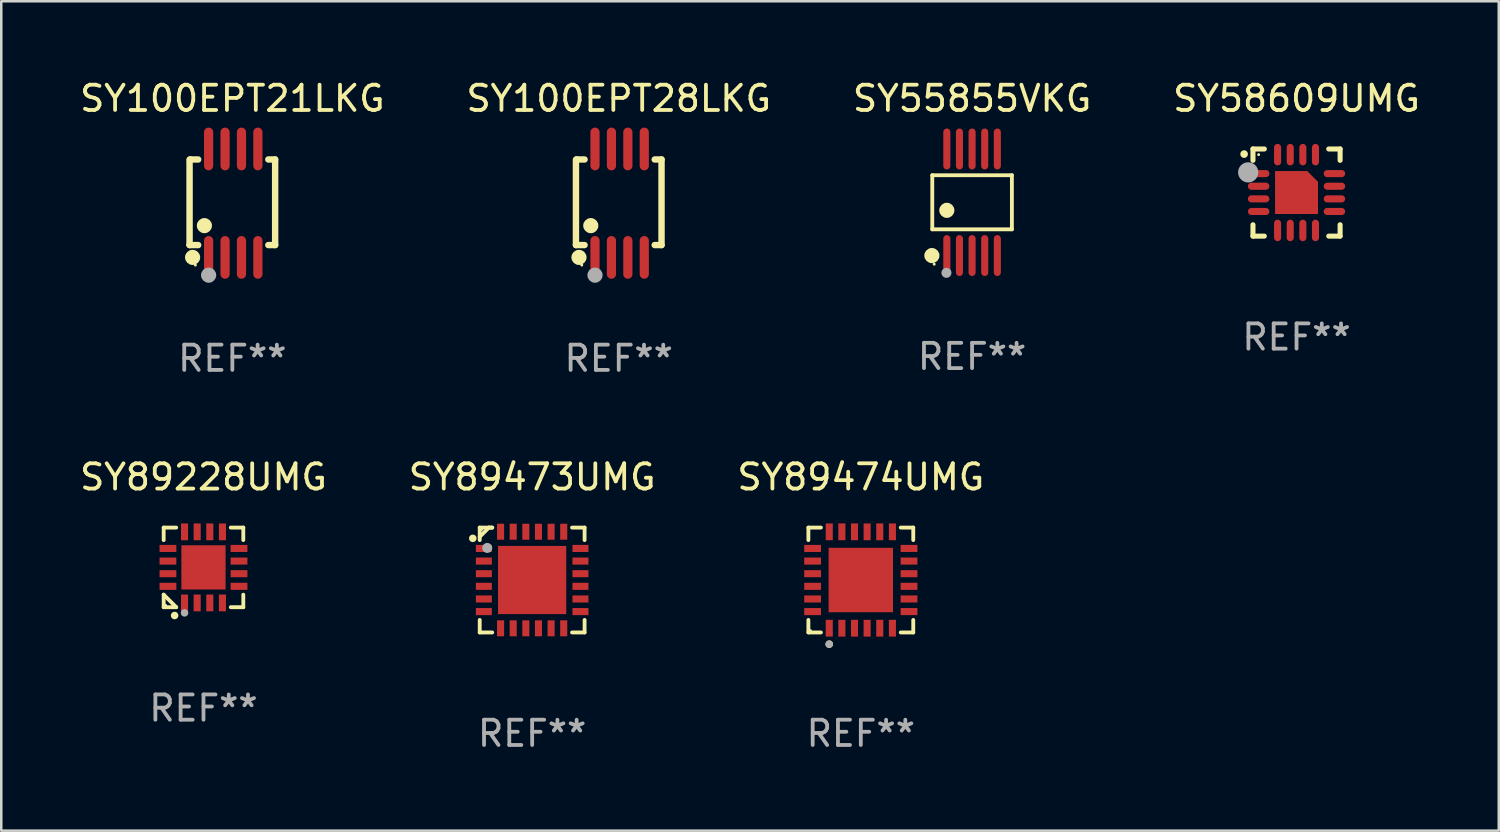
<source format=kicad_pcb>
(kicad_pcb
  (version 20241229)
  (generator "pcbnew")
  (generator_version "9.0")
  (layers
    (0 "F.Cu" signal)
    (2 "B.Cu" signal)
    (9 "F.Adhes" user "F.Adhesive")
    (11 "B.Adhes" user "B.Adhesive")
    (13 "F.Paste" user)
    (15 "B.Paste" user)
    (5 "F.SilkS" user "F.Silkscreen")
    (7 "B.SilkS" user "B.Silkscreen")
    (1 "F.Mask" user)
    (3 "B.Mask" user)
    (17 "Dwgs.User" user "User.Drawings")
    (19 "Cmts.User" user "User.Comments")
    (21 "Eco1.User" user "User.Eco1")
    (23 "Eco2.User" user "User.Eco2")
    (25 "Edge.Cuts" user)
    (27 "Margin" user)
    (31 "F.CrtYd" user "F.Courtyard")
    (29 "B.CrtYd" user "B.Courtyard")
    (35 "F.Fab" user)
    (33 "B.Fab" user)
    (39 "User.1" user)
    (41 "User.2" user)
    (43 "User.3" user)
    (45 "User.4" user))
  (footprint "SY89228UMG"
    (layer "F.Cu")
    (at 5.006 19.413)
    (property "Reference" "SY89228UMG" (at 0 -3.576 0) (layer "F.SilkS") (effects (font (size 1 1) (thickness 0.15))))
    (attr through_hole)
    (fp_line (start -1.576 -1.576) (end -1.08 -1.576) (stroke (width 0.152) (type solid)) (layer "F.SilkS"))
    (fp_line (start -1.576 -1.08) (end -1.576 -1.576) (stroke (width 0.152) (type solid)) (layer "F.SilkS"))
    (fp_line (start -1.576 1.08) (end -1.576 1.576) (stroke (width 0.152) (type solid)) (layer "F.SilkS"))
    (fp_line (start -1.576 1.576) (end -1.08 1.576) (stroke (width 0.152) (type solid)) (layer "F.SilkS"))
    (fp_line (start -1.08 1.576) (end -1.576 1.08) (stroke (width 0.152) (type solid)) (layer "F.SilkS"))
    (fp_line (start 1.576 -1.576) (end 1.08 -1.576) (stroke (width 0.152) (type solid)) (layer "F.SilkS"))
    (fp_line (start 1.576 -1.08) (end 1.576 -1.576) (stroke (width 0.152) (type solid)) (layer "F.SilkS"))
    (fp_line (start 1.576 1.08) (end 1.576 1.576) (stroke (width 0.152) (type solid)) (layer "F.SilkS"))
    (fp_line (start 1.576 1.576) (end 1.08 1.576) (stroke (width 0.152) (type solid)) (layer "F.SilkS"))
    (fp_circle (center -1.5 1.5) (end -1.47 1.5) (stroke (width 0.06) (type solid)) (fill no) (layer "F.SilkS"))
    (fp_circle (center -1.143 1.905) (end -1.068 1.905) (stroke (width 0.15) (type solid)) (fill no) (layer "F.SilkS"))
    (fp_circle (center -0.75 1.8) (end -0.675 1.8) (stroke (width 0.15) (type solid)) (fill no) (layer "F.Fab"))
    (fp_text user "REF**" (at 0 5.576 0) (layer "F.Fab") (effects (font (size 1 1) (thickness 0.15))))
    (pad "1" smd rect (at -0.75 1.407) (size 0.28 0.665) (layers "F.Cu" "F.Mask" "F.Paste"))
    (pad "2" smd rect (at -0.25 1.407) (size 0.28 0.665) (layers "F.Cu" "F.Mask" "F.Paste"))
    (pad "3" smd rect (at 0.25 1.407) (size 0.28 0.665) (layers "F.Cu" "F.Mask" "F.Paste"))
    (pad "4" smd rect (at 0.75 1.407) (size 0.28 0.665) (layers "F.Cu" "F.Mask" "F.Paste"))
    (pad "5" smd rect (at 1.407 0.75) (size 0.665 0.28) (layers "F.Cu" "F.Mask" "F.Paste"))
    (pad "6" smd rect (at 1.407 0.25) (size 0.665 0.28) (layers "F.Cu" "F.Mask" "F.Paste"))
    (pad "7" smd rect (at 1.407 -0.25) (size 0.665 0.28) (layers "F.Cu" "F.Mask" "F.Paste"))
    (pad "8" smd rect (at 1.407 -0.75) (size 0.665 0.28) (layers "F.Cu" "F.Mask" "F.Paste"))
    (pad "9" smd rect (at 0.75 -1.407) (size 0.28 0.665) (layers "F.Cu" "F.Mask" "F.Paste"))
    (pad "10" smd rect (at 0.25 -1.407) (size 0.28 0.665) (layers "F.Cu" "F.Mask" "F.Paste"))
    (pad "11" smd rect (at -0.25 -1.407) (size 0.28 0.665) (layers "F.Cu" "F.Mask" "F.Paste"))
    (pad "12" smd rect (at -0.75 -1.407) (size 0.28 0.665) (layers "F.Cu" "F.Mask" "F.Paste"))
    (pad "13" smd rect (at -1.407 -0.75) (size 0.665 0.28) (layers "F.Cu" "F.Mask" "F.Paste"))
    (pad "14" smd rect (at -1.407 -0.25) (size 0.665 0.28) (layers "F.Cu" "F.Mask" "F.Paste"))
    (pad "15" smd rect (at -1.407 0.25) (size 0.665 0.28) (layers "F.Cu" "F.Mask" "F.Paste"))
    (pad "16" smd rect (at -1.407 0.75) (size 0.665 0.28) (layers "F.Cu" "F.Mask" "F.Paste"))
    (pad "17" smd rect (at 0 0) (size 1.75 1.75) (layers "F.Cu" "F.Mask" "F.Paste")))
  (footprint "SY55855VKG"
    (layer "F.Cu")
    (at 35.435 4.958)
    (property "Reference" "SY55855VKG" (at 0 -4.11 0) (layer "F.SilkS") (effects (font (size 1 1) (thickness 0.15))))
    (attr through_hole)
    (fp_line (start -1.576 -1.071) (end 1.576 -1.071) (stroke (width 0.152) (type solid)) (layer "F.SilkS"))
    (fp_line (start -1.576 1.071) (end -1.576 -1.071) (stroke (width 0.152) (type solid)) (layer "F.SilkS"))
    (fp_line (start 1.576 -1.071) (end 1.576 1.071) (stroke (width 0.152) (type solid)) (layer "F.SilkS"))
    (fp_line (start 1.576 1.071) (end -1.576 1.071) (stroke (width 0.152) (type solid)) (layer "F.SilkS"))
    (fp_circle (center -1.592 2.11) (end -1.442 2.11) (stroke (width 0.3) (type solid)) (fill no) (layer "F.SilkS"))
    (fp_circle (center -1.5 2.45) (end -1.47 2.45) (stroke (width 0.06) (type solid)) (fill no) (layer "F.SilkS"))
    (fp_circle (center -1 0.319) (end -0.85 0.319) (stroke (width 0.3) (type solid)) (fill no) (layer "F.SilkS"))
    (fp_circle (center -1.016 2.794) (end -0.916 2.794) (stroke (width 0.2) (type solid)) (fill no) (layer "F.Fab"))
    (fp_text user "REF**" (at 0 6.11 0) (layer "F.Fab") (effects (font (size 1 1) (thickness 0.15))))
    (pad "1" smd oval (at -1 2.11) (size 0.28 1.62) (layers "F.Cu" "F.Mask" "F.Paste"))
    (pad "2" smd oval (at -0.5 2.11) (size 0.28 1.62) (layers "F.Cu" "F.Mask" "F.Paste"))
    (pad "3" smd oval (at 0 2.11) (size 0.28 1.62) (layers "F.Cu" "F.Mask" "F.Paste"))
    (pad "4" smd oval (at 0.5 2.11) (size 0.28 1.62) (layers "F.Cu" "F.Mask" "F.Paste"))
    (pad "5" smd oval (at 1 2.11) (size 0.28 1.62) (layers "F.Cu" "F.Mask" "F.Paste"))
    (pad "6" smd oval (at 1 -2.11) (size 0.28 1.62) (layers "F.Cu" "F.Mask" "F.Paste"))
    (pad "7" smd oval (at 0.5 -2.11) (size 0.28 1.62) (layers "F.Cu" "F.Mask" "F.Paste"))
    (pad "8" smd oval (at 0 -2.11) (size 0.28 1.62) (layers "F.Cu" "F.Mask" "F.Paste"))
    (pad "9" smd oval (at -0.5 -2.11) (size 0.28 1.62) (layers "F.Cu" "F.Mask" "F.Paste"))
    (pad "10" smd oval (at -1 -2.11) (size 0.28 1.62) (layers "F.Cu" "F.Mask" "F.Paste")))
  (footprint "SY89473UMG"
    (layer "F.Cu")
    (at 18.018 19.913)
    (property "Reference" "SY89473UMG" (at 0 -4.076 0) (layer "F.SilkS") (effects (font (size 1 1) (thickness 0.15))))
    (attr through_hole)
    (fp_line (start -2.076 -2.076) (end -2.076 -1.58) (stroke (width 0.152) (type solid)) (layer "F.SilkS"))
    (fp_line (start -2.076 2.076) (end -2.076 1.58) (stroke (width 0.152) (type solid)) (layer "F.SilkS"))
    (fp_line (start -1.713 -2.076) (end -2.076 -1.713) (stroke (width 0.152) (type solid)) (layer "F.SilkS"))
    (fp_line (start -1.58 -2.076) (end -2.076 -2.076) (stroke (width 0.152) (type solid)) (layer "F.SilkS"))
    (fp_line (start -1.58 -2.076) (end -1.713 -2.076) (stroke (width 0.152) (type solid)) (layer "F.SilkS"))
    (fp_line (start -1.58 2.076) (end -2.076 2.076) (stroke (width 0.152) (type solid)) (layer "F.SilkS"))
    (fp_line (start 1.58 -2.076) (end 2.076 -2.076) (stroke (width 0.152) (type solid)) (layer "F.SilkS"))
    (fp_line (start 1.58 2.076) (end 2.076 2.076) (stroke (width 0.152) (type solid)) (layer "F.SilkS"))
    (fp_line (start 2.076 -2.076) (end 2.076 -1.58) (stroke (width 0.152) (type solid)) (layer "F.SilkS"))
    (fp_line (start 2.076 2.076) (end 2.076 1.58) (stroke (width 0.152) (type solid)) (layer "F.SilkS"))
    (fp_circle (center -2.35 -1.65) (end -2.275 -1.65) (stroke (width 0.15) (type solid)) (fill no) (layer "F.SilkS"))
    (fp_circle (center -2 -2) (end -1.97 -2) (stroke (width 0.06) (type solid)) (fill no) (layer "F.SilkS"))
    (fp_circle (center -1.778 -1.27) (end -1.678 -1.27) (stroke (width 0.2) (type solid)) (fill no) (layer "F.Fab"))
    (fp_text user "REF**" (at 0 6.076 0) (layer "F.Fab") (effects (font (size 1 1) (thickness 0.15))))
    (pad "1" smd rect (at -1.912 -1.25) (size 0.633 0.28) (layers "F.Cu" "F.Mask" "F.Paste"))
    (pad "2" smd rect (at -1.912 -0.75) (size 0.633 0.28) (layers "F.Cu" "F.Mask" "F.Paste"))
    (pad "3" smd rect (at -1.912 -0.25) (size 0.633 0.28) (layers "F.Cu" "F.Mask" "F.Paste"))
    (pad "4" smd rect (at -1.912 0.25) (size 0.633 0.28) (layers "F.Cu" "F.Mask" "F.Paste"))
    (pad "5" smd rect (at -1.912 0.75) (size 0.633 0.28) (layers "F.Cu" "F.Mask" "F.Paste"))
    (pad "6" smd rect (at -1.912 1.25) (size 0.633 0.28) (layers "F.Cu" "F.Mask" "F.Paste"))
    (pad "7" smd rect (at -1.25 1.912) (size 0.28 0.633) (layers "F.Cu" "F.Mask" "F.Paste"))
    (pad "8" smd rect (at -0.75 1.912) (size 0.28 0.633) (layers "F.Cu" "F.Mask" "F.Paste"))
    (pad "9" smd rect (at -0.25 1.912) (size 0.28 0.633) (layers "F.Cu" "F.Mask" "F.Paste"))
    (pad "10" smd rect (at 0.25 1.912) (size 0.28 0.633) (layers "F.Cu" "F.Mask" "F.Paste"))
    (pad "11" smd rect (at 0.75 1.912) (size 0.28 0.633) (layers "F.Cu" "F.Mask" "F.Paste"))
    (pad "12" smd rect (at 1.25 1.912) (size 0.28 0.633) (layers "F.Cu" "F.Mask" "F.Paste"))
    (pad "13" smd rect (at 1.912 1.25) (size 0.633 0.28) (layers "F.Cu" "F.Mask" "F.Paste"))
    (pad "14" smd rect (at 1.912 0.75) (size 0.633 0.28) (layers "F.Cu" "F.Mask" "F.Paste"))
    (pad "15" smd rect (at 1.912 0.25) (size 0.633 0.28) (layers "F.Cu" "F.Mask" "F.Paste"))
    (pad "16" smd rect (at 1.912 -0.25) (size 0.633 0.28) (layers "F.Cu" "F.Mask" "F.Paste"))
    (pad "17" smd rect (at 1.912 -0.75) (size 0.633 0.28) (layers "F.Cu" "F.Mask" "F.Paste"))
    (pad "18" smd rect (at 1.912 -1.25) (size 0.633 0.28) (layers "F.Cu" "F.Mask" "F.Paste"))
    (pad "19" smd rect (at 1.25 -1.912) (size 0.28 0.633) (layers "F.Cu" "F.Mask" "F.Paste"))
    (pad "20" smd rect (at 0.75 -1.912) (size 0.28 0.633) (layers "F.Cu" "F.Mask" "F.Paste"))
    (pad "21" smd rect (at 0.25 -1.912) (size 0.28 0.633) (layers "F.Cu" "F.Mask" "F.Paste"))
    (pad "22" smd rect (at -0.25 -1.912) (size 0.28 0.633) (layers "F.Cu" "F.Mask" "F.Paste"))
    (pad "23" smd rect (at -0.75 -1.912) (size 0.28 0.633) (layers "F.Cu" "F.Mask" "F.Paste"))
    (pad "24" smd rect (at -1.25 -1.912) (size 0.28 0.633) (layers "F.Cu" "F.Mask" "F.Paste"))
    (pad "25" smd rect (at 0 0) (size 2.7 2.7) (layers "F.Cu" "F.Mask" "F.Paste")))
  (footprint "SY58609UMG"
    (layer "F.Cu")
    (at 48.28 4.573)
    (property "Reference" "SY58609UMG" (at 0 -3.725 0) (layer "F.SilkS") (effects (font (size 1 1) (thickness 0.15))))
    (attr through_hole)
    (fp_line (start -1.725 -1.725) (end -1.275 -1.725) (stroke (width 0.2) (type solid)) (layer "F.SilkS"))
    (fp_line (start -1.725 -1.275) (end -1.725 -1.725) (stroke (width 0.2) (type solid)) (layer "F.SilkS"))
    (fp_line (start -1.725 1.725) (end -1.725 1.275) (stroke (width 0.2) (type solid)) (layer "F.SilkS"))
    (fp_line (start -1.275 1.725) (end -1.725 1.725) (stroke (width 0.2) (type solid)) (layer "F.SilkS"))
    (fp_line (start 1.275 -1.725) (end 1.725 -1.725) (stroke (width 0.2) (type solid)) (layer "F.SilkS"))
    (fp_line (start 1.275 1.725) (end 1.725 1.725) (stroke (width 0.2) (type solid)) (layer "F.SilkS"))
    (fp_line (start 1.725 -1.725) (end 1.725 -1.275) (stroke (width 0.2) (type solid)) (layer "F.SilkS"))
    (fp_line (start 1.725 1.725) (end 1.725 1.275) (stroke (width 0.2) (type solid)) (layer "F.SilkS"))
    (fp_arc (start -2.075184 -1.521463) (mid -2.075189 -1.522733) (end -2.075184 -1.524003) (stroke (width 0.3) (type solid)) (layer "F.SilkS"))
    (fp_circle (center -1.5 -1.5) (end -1.47 -1.5) (stroke (width 0.06) (type solid)) (fill no) (layer "F.SilkS"))
    (fp_circle (center -1.914 -0.799) (end -1.714 -0.799) (stroke (width 0.4) (type solid)) (fill no) (layer "F.Fab"))
    (fp_text user "REF**" (at 0 5.725 0) (layer "F.Fab") (effects (font (size 1 1) (thickness 0.15))))
    (pad "1" smd oval (at -1.5 -0.75) (size 0.85 0.28) (layers "F.Cu" "F.Mask" "F.Paste"))
    (pad "2" smd oval (at -1.5 -0.25) (size 0.85 0.28) (layers "F.Cu" "F.Mask" "F.Paste"))
    (pad "3" smd oval (at -1.5 0.25) (size 0.85 0.28) (layers "F.Cu" "F.Mask" "F.Paste"))
    (pad "4" smd oval (at -1.5 0.75) (size 0.85 0.28) (layers "F.Cu" "F.Mask" "F.Paste"))
    (pad "5" smd oval (at -0.75 1.5) (size 0.28 0.85) (layers "F.Cu" "F.Mask" "F.Paste"))
    (pad "6" smd oval (at -0.25 1.5) (size 0.28 0.85) (layers "F.Cu" "F.Mask" "F.Paste"))
    (pad "7" smd oval (at 0.25 1.5) (size 0.28 0.85) (layers "F.Cu" "F.Mask" "F.Paste"))
    (pad "8" smd oval (at 0.75 1.5) (size 0.28 0.85) (layers "F.Cu" "F.Mask" "F.Paste"))
    (pad "9" smd oval (at 1.5 0.75) (size 0.85 0.28) (layers "F.Cu" "F.Mask" "F.Paste"))
    (pad "10" smd oval (at 1.5 0.25) (size 0.85 0.28) (layers "F.Cu" "F.Mask" "F.Paste"))
    (pad "11" smd oval (at 1.5 -0.25) (size 0.85 0.28) (layers "F.Cu" "F.Mask" "F.Paste"))
    (pad "12" smd oval (at 1.5 -0.75) (size 0.85 0.28) (layers "F.Cu" "F.Mask" "F.Paste"))
    (pad "13" smd oval (at 0.75 -1.5) (size 0.28 0.85) (layers "F.Cu" "F.Mask" "F.Paste"))
    (pad "14" smd oval (at 0.25 -1.5) (size 0.28 0.85) (layers "F.Cu" "F.Mask" "F.Paste"))
    (pad "15" smd oval (at -0.25 -1.5) (size 0.28 0.85) (layers "F.Cu" "F.Mask" "F.Paste"))
    (pad "16" smd oval (at -0.75 -1.5) (size 0.28 0.85) (layers "F.Cu" "F.Mask" "F.Paste"))
    (pad "17" smd custom (at 0.000076 0.000076 270) (size 1.7 1.7) (layers "F.Cu" "F.Mask" "F.Paste") (options (anchor circle)) (primitives (gr_poly (pts (xy 0.85 -0.85) (xy 0.85 0.85) (xy -0.85 0.85) (xy -0.85 -0.425) (xy -0.425 -0.85)) (width 0) (fill yes)))))
  (footprint "SY100EPT28LKG"
    (layer "F.Cu")
    (at 21.446 4.994)
    (property "Reference" "SY100EPT28LKG" (at 0 -4.146 0) (layer "F.SilkS") (effects (font (size 1 1) (thickness 0.15))))
    (attr through_hole)
    (fp_line (start -1.694 -1.724) (end -1.694 1.652) (stroke (width 0.254) (type solid)) (layer "F.SilkS"))
    (fp_line (start -1.694 1.652) (end -1.688 1.658) (stroke (width 0.254) (type solid)) (layer "F.SilkS"))
    (fp_line (start -1.688 1.658) (end -1.353 1.658) (stroke (width 0.254) (type solid)) (layer "F.SilkS"))
    (fp_line (start -1.661 -1.73) (end -1.681 -1.71) (stroke (width 0.254) (type solid)) (layer "F.SilkS"))
    (fp_line (start -1.353 -1.73) (end -1.661 -1.73) (stroke (width 0.254) (type solid)) (layer "F.SilkS"))
    (fp_line (start 1.424 1.658) (end 1.694 1.658) (stroke (width 0.254) (type solid)) (layer "F.SilkS"))
    (fp_line (start 1.694 -1.73) (end 1.424 -1.73) (stroke (width 0.254) (type solid)) (layer "F.SilkS"))
    (fp_line (start 1.694 1.658) (end 1.694 -1.73) (stroke (width 0.254) (type solid)) (layer "F.SilkS"))
    (fp_circle (center -1.574 2.146) (end -1.424 2.146) (stroke (width 0.3) (type solid)) (fill no) (layer "F.SilkS"))
    (fp_circle (center -1.464 2.45) (end -1.434 2.45) (stroke (width 0.06) (type solid)) (fill no) (layer "F.SilkS"))
    (fp_circle (center -1.107 0.889) (end -0.957 0.889) (stroke (width 0.3) (type solid)) (fill no) (layer "F.SilkS"))
    (fp_circle (center -0.94 2.85) (end -0.789 2.85) (stroke (width 0.3) (type solid)) (fill no) (layer "F.Fab"))
    (fp_text user "REF**" (at 0 6.146 0) (layer "F.Fab") (effects (font (size 1 1) (thickness 0.15))))
    (pad "1" smd oval (at -0.94 2.146) (size 0.364 1.692) (layers "F.Cu" "F.Mask" "F.Paste"))
    (pad "2" smd oval (at -0.289 2.146) (size 0.364 1.692) (layers "F.Cu" "F.Mask" "F.Paste"))
    (pad "3" smd oval (at 0.361 2.146) (size 0.364 1.692) (layers "F.Cu" "F.Mask" "F.Paste"))
    (pad "4" smd oval (at 1.011 2.146) (size 0.364 1.692) (layers "F.Cu" "F.Mask" "F.Paste"))
    (pad "5" smd oval (at 1.011 -2.146) (size 0.364 1.692) (layers "F.Cu" "F.Mask" "F.Paste"))
    (pad "6" smd oval (at 0.361 -2.146) (size 0.364 1.692) (layers "F.Cu" "F.Mask" "F.Paste"))
    (pad "7" smd oval (at -0.289 -2.146) (size 0.364 1.692) (layers "F.Cu" "F.Mask" "F.Paste"))
    (pad "8" smd oval (at -0.94 -2.146) (size 0.364 1.692) (layers "F.Cu" "F.Mask" "F.Paste")))
  (footprint "SY100EPT21LKG"
    (layer "F.Cu")
    (at 6.149 4.994)
    (property "Reference" "SY100EPT21LKG" (at 0 -4.146 0) (layer "F.SilkS") (effects (font (size 1 1) (thickness 0.15))))
    (attr through_hole)
    (fp_line (start -1.694 -1.724) (end -1.694 1.652) (stroke (width 0.254) (type solid)) (layer "F.SilkS"))
    (fp_line (start -1.694 1.652) (end -1.688 1.658) (stroke (width 0.254) (type solid)) (layer "F.SilkS"))
    (fp_line (start -1.688 1.658) (end -1.353 1.658) (stroke (width 0.254) (type solid)) (layer "F.SilkS"))
    (fp_line (start -1.661 -1.73) (end -1.681 -1.71) (stroke (width 0.254) (type solid)) (layer "F.SilkS"))
    (fp_line (start -1.353 -1.73) (end -1.661 -1.73) (stroke (width 0.254) (type solid)) (layer "F.SilkS"))
    (fp_line (start 1.424 1.658) (end 1.694 1.658) (stroke (width 0.254) (type solid)) (layer "F.SilkS"))
    (fp_line (start 1.694 -1.73) (end 1.424 -1.73) (stroke (width 0.254) (type solid)) (layer "F.SilkS"))
    (fp_line (start 1.694 1.658) (end 1.694 -1.73) (stroke (width 0.254) (type solid)) (layer "F.SilkS"))
    (fp_circle (center -1.574 2.146) (end -1.424 2.146) (stroke (width 0.3) (type solid)) (fill no) (layer "F.SilkS"))
    (fp_circle (center -1.464 2.45) (end -1.434 2.45) (stroke (width 0.06) (type solid)) (fill no) (layer "F.SilkS"))
    (fp_circle (center -1.107 0.889) (end -0.957 0.889) (stroke (width 0.3) (type solid)) (fill no) (layer "F.SilkS"))
    (fp_circle (center -0.94 2.85) (end -0.789 2.85) (stroke (width 0.3) (type solid)) (fill no) (layer "F.Fab"))
    (fp_text user "REF**" (at 0 6.146 0) (layer "F.Fab") (effects (font (size 1 1) (thickness 0.15))))
    (pad "1" smd oval (at -0.94 2.146) (size 0.364 1.692) (layers "F.Cu" "F.Mask" "F.Paste"))
    (pad "2" smd oval (at -0.289 2.146) (size 0.364 1.692) (layers "F.Cu" "F.Mask" "F.Paste"))
    (pad "3" smd oval (at 0.361 2.146) (size 0.364 1.692) (layers "F.Cu" "F.Mask" "F.Paste"))
    (pad "4" smd oval (at 1.011 2.146) (size 0.364 1.692) (layers "F.Cu" "F.Mask" "F.Paste"))
    (pad "5" smd oval (at 1.011 -2.146) (size 0.364 1.692) (layers "F.Cu" "F.Mask" "F.Paste"))
    (pad "6" smd oval (at 0.361 -2.146) (size 0.364 1.692) (layers "F.Cu" "F.Mask" "F.Paste"))
    (pad "7" smd oval (at -0.289 -2.146) (size 0.364 1.692) (layers "F.Cu" "F.Mask" "F.Paste"))
    (pad "8" smd oval (at -0.94 -2.146) (size 0.364 1.692) (layers "F.Cu" "F.Mask" "F.Paste")))
  (footprint "SY89474UMG"
    (layer "F.Cu")
    (at 31.03 19.913)
    (property "Reference" "SY89474UMG" (at 0 -4.076 0) (layer "F.SilkS") (effects (font (size 1 1) (thickness 0.15))))
    (attr through_hole)
    (fp_line (start -2.076 -2.076) (end -1.58 -2.076) (stroke (width 0.152) (type solid)) (layer "F.SilkS"))
    (fp_line (start -2.076 -1.58) (end -2.076 -2.076) (stroke (width 0.152) (type solid)) (layer "F.SilkS"))
    (fp_line (start -2.076 1.58) (end -2.076 2.076) (stroke (width 0.152) (type solid)) (layer "F.SilkS"))
    (fp_line (start -2.076 2.076) (end -1.58 2.076) (stroke (width 0.152) (type solid)) (layer "F.SilkS"))
    (fp_line (start 2.076 -2.076) (end 1.58 -2.076) (stroke (width 0.152) (type solid)) (layer "F.SilkS"))
    (fp_line (start 2.076 -1.58) (end 2.076 -2.076) (stroke (width 0.152) (type solid)) (layer "F.SilkS"))
    (fp_line (start 2.076 1.58) (end 2.076 2.076) (stroke (width 0.152) (type solid)) (layer "F.SilkS"))
    (fp_line (start 2.076 2.076) (end 1.58 2.076) (stroke (width 0.152) (type solid)) (layer "F.SilkS"))
    (fp_circle (center -2 2) (end -1.97 2) (stroke (width 0.06) (type solid)) (fill no) (layer "F.SilkS"))
    (fp_circle (center -1.25 2.54) (end -1.175 2.54) (stroke (width 0.15) (type solid)) (fill no) (layer "F.SilkS"))
    (fp_circle (center -1.25 2.54) (end -1.175 2.54) (stroke (width 0.15) (type solid)) (fill no) (layer "F.Fab"))
    (fp_text user "REF**" (at 0 6.076 0) (layer "F.Fab") (effects (font (size 1 1) (thickness 0.15))))
    (pad "1" smd rect (at -1.25 1.908) (size 0.28 0.665) (layers "F.Cu" "F.Mask" "F.Paste"))
    (pad "2" smd rect (at -0.75 1.908) (size 0.28 0.665) (layers "F.Cu" "F.Mask" "F.Paste"))
    (pad "3" smd rect (at -0.25 1.908) (size 0.28 0.665) (layers "F.Cu" "F.Mask" "F.Paste"))
    (pad "4" smd rect (at 0.25 1.908) (size 0.28 0.665) (layers "F.Cu" "F.Mask" "F.Paste"))
    (pad "5" smd rect (at 0.75 1.908) (size 0.28 0.665) (layers "F.Cu" "F.Mask" "F.Paste"))
    (pad "6" smd rect (at 1.25 1.908) (size 0.28 0.665) (layers "F.Cu" "F.Mask" "F.Paste"))
    (pad "7" smd rect (at 1.908 1.25) (size 0.665 0.28) (layers "F.Cu" "F.Mask" "F.Paste"))
    (pad "8" smd rect (at 1.908 0.75) (size 0.665 0.28) (layers "F.Cu" "F.Mask" "F.Paste"))
    (pad "9" smd rect (at 1.908 0.25) (size 0.665 0.28) (layers "F.Cu" "F.Mask" "F.Paste"))
    (pad "10" smd rect (at 1.908 -0.25) (size 0.665 0.28) (layers "F.Cu" "F.Mask" "F.Paste"))
    (pad "11" smd rect (at 1.908 -0.75) (size 0.665 0.28) (layers "F.Cu" "F.Mask" "F.Paste"))
    (pad "12" smd rect (at 1.908 -1.25) (size 0.665 0.28) (layers "F.Cu" "F.Mask" "F.Paste"))
    (pad "13" smd rect (at 1.25 -1.908) (size 0.28 0.665) (layers "F.Cu" "F.Mask" "F.Paste"))
    (pad "14" smd rect (at 0.75 -1.908) (size 0.28 0.665) (layers "F.Cu" "F.Mask" "F.Paste"))
    (pad "15" smd rect (at 0.25 -1.908) (size 0.28 0.665) (layers "F.Cu" "F.Mask" "F.Paste"))
    (pad "16" smd rect (at -0.25 -1.908) (size 0.28 0.665) (layers "F.Cu" "F.Mask" "F.Paste"))
    (pad "17" smd rect (at -0.75 -1.908) (size 0.28 0.665) (layers "F.Cu" "F.Mask" "F.Paste"))
    (pad "18" smd rect (at -1.25 -1.908) (size 0.28 0.665) (layers "F.Cu" "F.Mask" "F.Paste"))
    (pad "19" smd rect (at -1.908 -1.25) (size 0.665 0.28) (layers "F.Cu" "F.Mask" "F.Paste"))
    (pad "20" smd rect (at -1.908 -0.75) (size 0.665 0.28) (layers "F.Cu" "F.Mask" "F.Paste"))
    (pad "21" smd rect (at -1.908 -0.25) (size 0.665 0.28) (layers "F.Cu" "F.Mask" "F.Paste"))
    (pad "22" smd rect (at -1.908 0.25) (size 0.665 0.28) (layers "F.Cu" "F.Mask" "F.Paste"))
    (pad "23" smd rect (at -1.908 0.75) (size 0.665 0.28) (layers "F.Cu" "F.Mask" "F.Paste"))
    (pad "24" smd rect (at -1.908 1.25) (size 0.665 0.28) (layers "F.Cu" "F.Mask" "F.Paste"))
    (pad "25" smd rect (at 0 0) (size 2.55 2.55) (layers "F.Cu" "F.Mask" "F.Paste")))
  (gr_rect
    (start -3 -3)
    (end 56.286 29.837)
    (stroke (width 0.1) (type default))
    (fill no)
    (layer "Edge.Cuts")))
</source>
